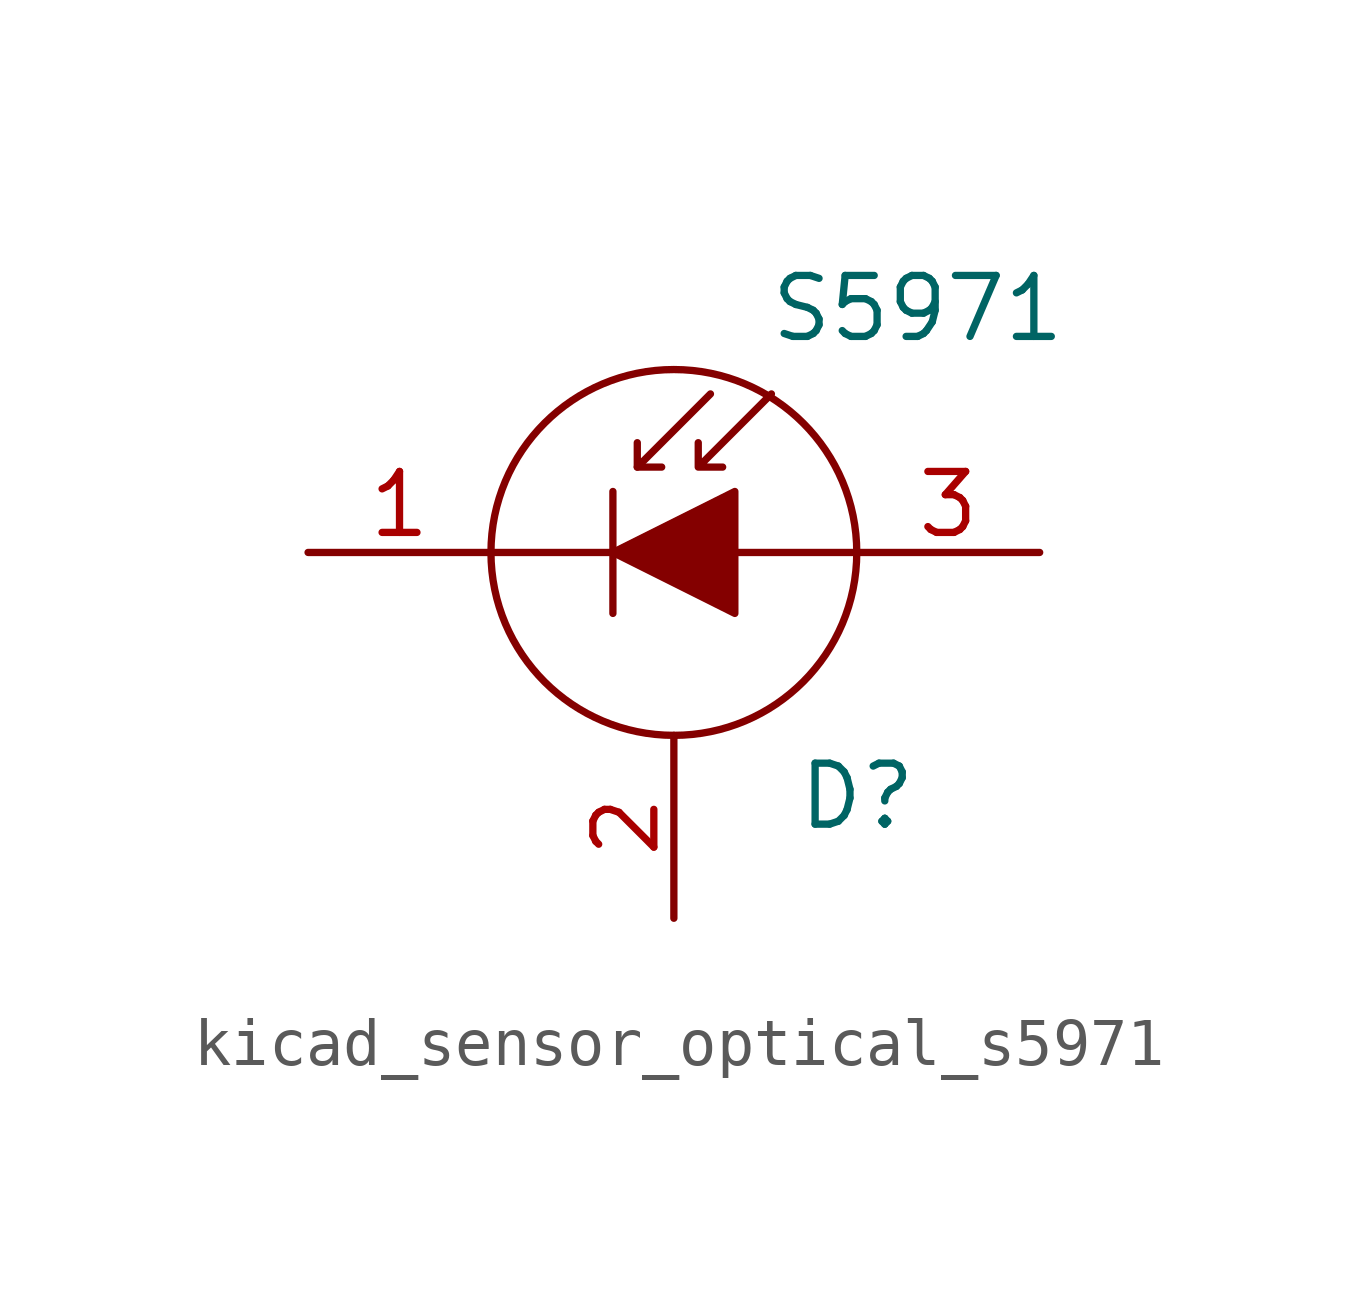
<source format=kicad_sym>
(kicad_symbol_lib
  (version 20220914)
  (generator kicad_symbol_editor)
  (symbol "kicad_sensor_optical_s5971"
    (pin_names
      (offset 0.254) hide)
    (property "Reference" "D"
      (at 2.54 -5.08 0)
      (effects (font (size 1.27 1.27)) (justify left)))
    (property "Value" "S5971"
      (at 5.08 5.08 0)
      (effects (font (size 1.27 1.27))))
    (symbol "kicad_sensor_optical_s5971_0_0"
      (pin passive line (at 0 -7.62 90) (length 3.81) (name "C" (effects (font (size 1.27 1.27)))) (number "2" (effects (font (size 1.27 1.27))))))
    (symbol "kicad_sensor_optical_s5971_0_1"
      (polyline (pts (xy -1.27 0) (xy -3.81 0)) (stroke (width 0) (type default)) (fill (type none)))
      (polyline (pts (xy -1.27 1.27) (xy -1.27 -1.27)) (stroke (width 0.152) (type default)) (fill (type none)))
      (polyline (pts (xy -0.762 1.778) (xy -0.254 1.778)) (stroke (width 0) (type default)) (fill (type none)))
      (polyline (pts (xy 3.81 0) (xy 1.27 0)) (stroke (width 0) (type default)) (fill (type none)))
      (polyline (pts (xy 0.762 3.302) (xy -0.762 1.778) (xy -0.762 2.286)) (stroke (width 0) (type default)) (fill (type none)))
      (polyline (pts (xy -1.27 0) (xy 1.27 1.27) (xy 1.27 -1.27) (xy -1.27 0)) (stroke (width 0) (type default)) (fill (type outline)))
      (polyline (pts (xy 2.032 3.302) (xy 0.508 1.778) (xy 0.508 2.286) (xy 0.508 1.778) (xy 1.016 1.778)) (stroke (width 0) (type default)) (fill (type none)))
      (circle (center 0 0) (radius 3.81) (stroke (width 0) (type default)) (fill (type none))))
    (symbol "kicad_sensor_optical_s5971_1_1"
      (pin passive line (at -7.62 0 0) (length 3.81) (name "K" (effects (font (size 1.27 1.27)))) (number "1" (effects (font (size 1.27 1.27)))))
      (pin passive line (at 7.62 0 180) (length 3.81) (name "A" (effects (font (size 1.27 1.27)))) (number "3" (effects (font (size 1.27 1.27))))))))
</source>
